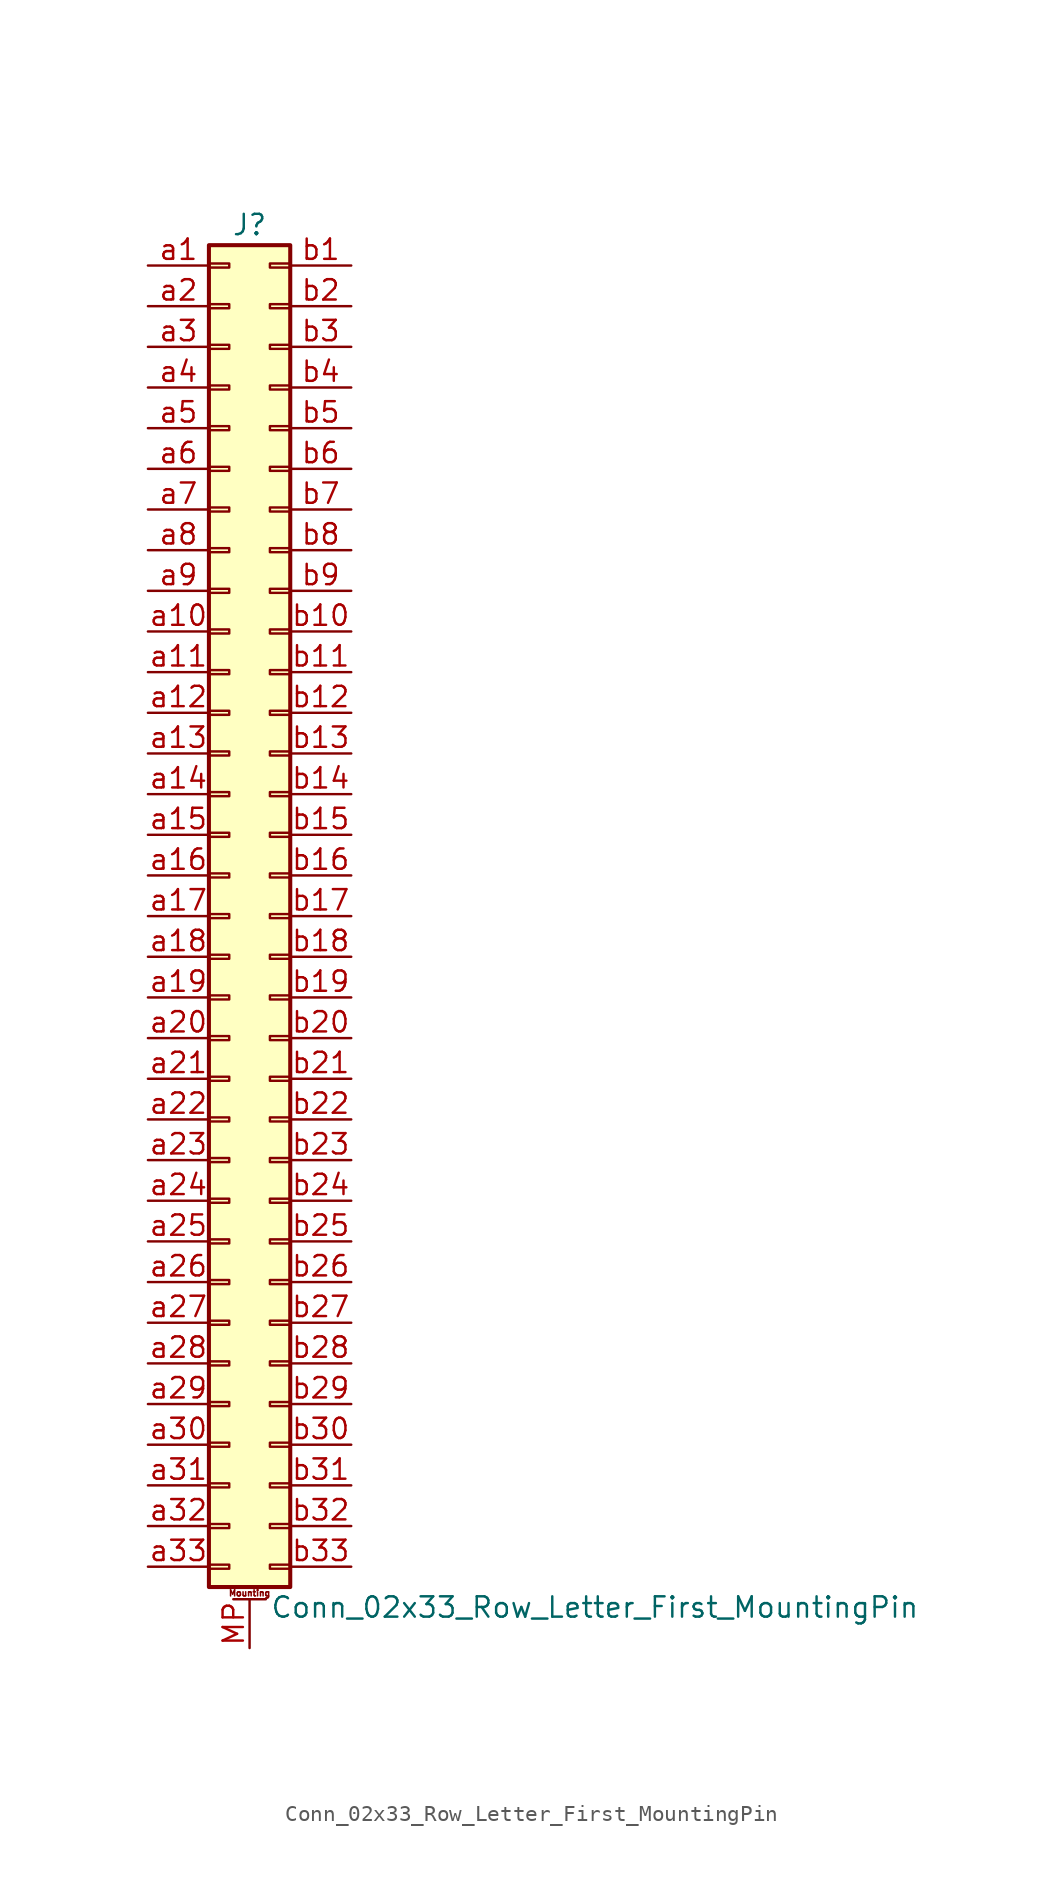
<source format=kicad_sym>
(kicad_symbol_lib
  (version 20201005)
  (generator kicad_symbol_editor)
  (symbol "Conn_02x33_Row_Letter_First_MountingPin"
    (pin_names
      (offset 1.016) hide)
    (property "Reference" "J"
      (at 1.27 43.18 0)
      (effects (font (size 1.27 1.27))))
    (property "Value" "Conn_02x33_Row_Letter_First_MountingPin"
      (at 2.54 -43.18 0)
      (effects (font (size 1.27 1.27)) (justify left)))
    (symbol "Conn_02x33_Row_Letter_First_MountingPin_1_1"
      (text "Mounting" (at 1.27 -42.291 0) (effects (font (size 0.381 0.381))))
      (rectangle (start -1.27 -40.513) (end 0 -40.767) (stroke (width 0.152)) (fill (type none)))
      (rectangle (start -1.27 -37.973) (end 0 -38.227) (stroke (width 0.152)) (fill (type none)))
      (rectangle (start -1.27 -35.433) (end 0 -35.687) (stroke (width 0.152)) (fill (type none)))
      (rectangle (start -1.27 -32.893) (end 0 -33.147) (stroke (width 0.152)) (fill (type none)))
      (rectangle (start -1.27 -30.353) (end 0 -30.607) (stroke (width 0.152)) (fill (type none)))
      (rectangle (start -1.27 -27.813) (end 0 -28.067) (stroke (width 0.152)) (fill (type none)))
      (rectangle (start -1.27 -25.273) (end 0 -25.527) (stroke (width 0.152)) (fill (type none)))
      (rectangle (start -1.27 -22.733) (end 0 -22.987) (stroke (width 0.152)) (fill (type none)))
      (rectangle (start -1.27 -20.193) (end 0 -20.447) (stroke (width 0.152)) (fill (type none)))
      (rectangle (start -1.27 -17.653) (end 0 -17.907) (stroke (width 0.152)) (fill (type none)))
      (rectangle (start -1.27 -15.113) (end 0 -15.367) (stroke (width 0.152)) (fill (type none)))
      (rectangle (start -1.27 -12.573) (end 0 -12.827) (stroke (width 0.152)) (fill (type none)))
      (rectangle (start -1.27 -10.033) (end 0 -10.287) (stroke (width 0.152)) (fill (type none)))
      (rectangle (start -1.27 -7.493) (end 0 -7.747) (stroke (width 0.152)) (fill (type none)))
      (rectangle (start -1.27 -4.953) (end 0 -5.207) (stroke (width 0.152)) (fill (type none)))
      (rectangle (start -1.27 -2.413) (end 0 -2.667) (stroke (width 0.152)) (fill (type none)))
      (rectangle (start -1.27 0.127) (end 0 -0.127) (stroke (width 0.152)) (fill (type none)))
      (rectangle (start -1.27 2.667) (end 0 2.413) (stroke (width 0.152)) (fill (type none)))
      (rectangle (start -1.27 5.207) (end 0 4.953) (stroke (width 0.152)) (fill (type none)))
      (rectangle (start -1.27 7.747) (end 0 7.493) (stroke (width 0.152)) (fill (type none)))
      (rectangle (start -1.27 10.287) (end 0 10.033) (stroke (width 0.152)) (fill (type none)))
      (rectangle (start -1.27 12.827) (end 0 12.573) (stroke (width 0.152)) (fill (type none)))
      (rectangle (start -1.27 15.367) (end 0 15.113) (stroke (width 0.152)) (fill (type none)))
      (rectangle (start -1.27 17.907) (end 0 17.653) (stroke (width 0.152)) (fill (type none)))
      (rectangle (start -1.27 20.447) (end 0 20.193) (stroke (width 0.152)) (fill (type none)))
      (rectangle (start -1.27 22.987) (end 0 22.733) (stroke (width 0.152)) (fill (type none)))
      (rectangle (start -1.27 25.527) (end 0 25.273) (stroke (width 0.152)) (fill (type none)))
      (rectangle (start -1.27 28.067) (end 0 27.813) (stroke (width 0.152)) (fill (type none)))
      (rectangle (start -1.27 30.607) (end 0 30.353) (stroke (width 0.152)) (fill (type none)))
      (rectangle (start -1.27 33.147) (end 0 32.893) (stroke (width 0.152)) (fill (type none)))
      (rectangle (start -1.27 35.687) (end 0 35.433) (stroke (width 0.152)) (fill (type none)))
      (rectangle (start -1.27 38.227) (end 0 37.973) (stroke (width 0.152)) (fill (type none)))
      (rectangle (start -1.27 40.767) (end 0 40.513) (stroke (width 0.152)) (fill (type none)))
      (rectangle (start 3.81 -40.513) (end 2.54 -40.767) (stroke (width 0.152)) (fill (type none)))
      (rectangle (start 3.81 -37.973) (end 2.54 -38.227) (stroke (width 0.152)) (fill (type none)))
      (rectangle (start 3.81 -35.433) (end 2.54 -35.687) (stroke (width 0.152)) (fill (type none)))
      (rectangle (start 3.81 -32.893) (end 2.54 -33.147) (stroke (width 0.152)) (fill (type none)))
      (rectangle (start 3.81 -30.353) (end 2.54 -30.607) (stroke (width 0.152)) (fill (type none)))
      (rectangle (start 3.81 -27.813) (end 2.54 -28.067) (stroke (width 0.152)) (fill (type none)))
      (rectangle (start 3.81 -25.273) (end 2.54 -25.527) (stroke (width 0.152)) (fill (type none)))
      (rectangle (start 3.81 -22.733) (end 2.54 -22.987) (stroke (width 0.152)) (fill (type none)))
      (rectangle (start 3.81 -20.193) (end 2.54 -20.447) (stroke (width 0.152)) (fill (type none)))
      (rectangle (start 3.81 -17.653) (end 2.54 -17.907) (stroke (width 0.152)) (fill (type none)))
      (rectangle (start 3.81 -15.113) (end 2.54 -15.367) (stroke (width 0.152)) (fill (type none)))
      (rectangle (start 3.81 -12.573) (end 2.54 -12.827) (stroke (width 0.152)) (fill (type none)))
      (rectangle (start 3.81 -10.033) (end 2.54 -10.287) (stroke (width 0.152)) (fill (type none)))
      (rectangle (start 3.81 -7.493) (end 2.54 -7.747) (stroke (width 0.152)) (fill (type none)))
      (rectangle (start 3.81 -4.953) (end 2.54 -5.207) (stroke (width 0.152)) (fill (type none)))
      (rectangle (start 3.81 -2.413) (end 2.54 -2.667) (stroke (width 0.152)) (fill (type none)))
      (rectangle (start 3.81 0.127) (end 2.54 -0.127) (stroke (width 0.152)) (fill (type none)))
      (rectangle (start 3.81 2.667) (end 2.54 2.413) (stroke (width 0.152)) (fill (type none)))
      (rectangle (start 3.81 5.207) (end 2.54 4.953) (stroke (width 0.152)) (fill (type none)))
      (rectangle (start 3.81 7.747) (end 2.54 7.493) (stroke (width 0.152)) (fill (type none)))
      (rectangle (start 3.81 10.287) (end 2.54 10.033) (stroke (width 0.152)) (fill (type none)))
      (rectangle (start 3.81 12.827) (end 2.54 12.573) (stroke (width 0.152)) (fill (type none)))
      (rectangle (start 3.81 15.367) (end 2.54 15.113) (stroke (width 0.152)) (fill (type none)))
      (rectangle (start 3.81 17.907) (end 2.54 17.653) (stroke (width 0.152)) (fill (type none)))
      (rectangle (start 3.81 20.447) (end 2.54 20.193) (stroke (width 0.152)) (fill (type none)))
      (rectangle (start 3.81 22.987) (end 2.54 22.733) (stroke (width 0.152)) (fill (type none)))
      (rectangle (start 3.81 25.527) (end 2.54 25.273) (stroke (width 0.152)) (fill (type none)))
      (rectangle (start 3.81 28.067) (end 2.54 27.813) (stroke (width 0.152)) (fill (type none)))
      (rectangle (start 3.81 30.607) (end 2.54 30.353) (stroke (width 0.152)) (fill (type none)))
      (rectangle (start 3.81 33.147) (end 2.54 32.893) (stroke (width 0.152)) (fill (type none)))
      (rectangle (start 3.81 35.687) (end 2.54 35.433) (stroke (width 0.152)) (fill (type none)))
      (rectangle (start 3.81 38.227) (end 2.54 37.973) (stroke (width 0.152)) (fill (type none)))
      (rectangle (start 3.81 40.767) (end 2.54 40.513) (stroke (width 0.152)) (fill (type none)))
      (rectangle (start -1.27 41.91) (end 3.81 -41.91) (stroke (width 0.254)) (fill (type background)))
      (polyline (pts (xy 0.254 -42.672) (xy 2.286 -42.672)) (stroke (width 0.152)) (fill (type none)))
      (pin passive line (at 1.27 -45.72 90) (length 3.048) (name "MountPin" (effects (font (size 1.27 1.27)))) (number "MP" (effects (font (size 1.27 1.27)))))
      (pin passive line (at -5.08 40.64 0) (length 3.81) (name "Pin_a1" (effects (font (size 1.27 1.27)))) (number "a1" (effects (font (size 1.27 1.27)))))
      (pin passive line (at -5.08 17.78 0) (length 3.81) (name "Pin_a10" (effects (font (size 1.27 1.27)))) (number "a10" (effects (font (size 1.27 1.27)))))
      (pin passive line (at -5.08 15.24 0) (length 3.81) (name "Pin_a11" (effects (font (size 1.27 1.27)))) (number "a11" (effects (font (size 1.27 1.27)))))
      (pin passive line (at -5.08 12.7 0) (length 3.81) (name "Pin_a12" (effects (font (size 1.27 1.27)))) (number "a12" (effects (font (size 1.27 1.27)))))
      (pin passive line (at -5.08 10.16 0) (length 3.81) (name "Pin_a13" (effects (font (size 1.27 1.27)))) (number "a13" (effects (font (size 1.27 1.27)))))
      (pin passive line (at -5.08 7.62 0) (length 3.81) (name "Pin_a14" (effects (font (size 1.27 1.27)))) (number "a14" (effects (font (size 1.27 1.27)))))
      (pin passive line (at -5.08 5.08 0) (length 3.81) (name "Pin_a15" (effects (font (size 1.27 1.27)))) (number "a15" (effects (font (size 1.27 1.27)))))
      (pin passive line (at -5.08 2.54 0) (length 3.81) (name "Pin_a16" (effects (font (size 1.27 1.27)))) (number "a16" (effects (font (size 1.27 1.27)))))
      (pin passive line (at -5.08 0 0) (length 3.81) (name "Pin_a17" (effects (font (size 1.27 1.27)))) (number "a17" (effects (font (size 1.27 1.27)))))
      (pin passive line (at -5.08 -2.54 0) (length 3.81) (name "Pin_a18" (effects (font (size 1.27 1.27)))) (number "a18" (effects (font (size 1.27 1.27)))))
      (pin passive line (at -5.08 -5.08 0) (length 3.81) (name "Pin_a19" (effects (font (size 1.27 1.27)))) (number "a19" (effects (font (size 1.27 1.27)))))
      (pin passive line (at -5.08 38.1 0) (length 3.81) (name "Pin_a2" (effects (font (size 1.27 1.27)))) (number "a2" (effects (font (size 1.27 1.27)))))
      (pin passive line (at -5.08 -7.62 0) (length 3.81) (name "Pin_a20" (effects (font (size 1.27 1.27)))) (number "a20" (effects (font (size 1.27 1.27)))))
      (pin passive line (at -5.08 -10.16 0) (length 3.81) (name "Pin_a21" (effects (font (size 1.27 1.27)))) (number "a21" (effects (font (size 1.27 1.27)))))
      (pin passive line (at -5.08 -12.7 0) (length 3.81) (name "Pin_a22" (effects (font (size 1.27 1.27)))) (number "a22" (effects (font (size 1.27 1.27)))))
      (pin passive line (at -5.08 -15.24 0) (length 3.81) (name "Pin_a23" (effects (font (size 1.27 1.27)))) (number "a23" (effects (font (size 1.27 1.27)))))
      (pin passive line (at -5.08 -17.78 0) (length 3.81) (name "Pin_a24" (effects (font (size 1.27 1.27)))) (number "a24" (effects (font (size 1.27 1.27)))))
      (pin passive line (at -5.08 -20.32 0) (length 3.81) (name "Pin_a25" (effects (font (size 1.27 1.27)))) (number "a25" (effects (font (size 1.27 1.27)))))
      (pin passive line (at -5.08 -22.86 0) (length 3.81) (name "Pin_a26" (effects (font (size 1.27 1.27)))) (number "a26" (effects (font (size 1.27 1.27)))))
      (pin passive line (at -5.08 -25.4 0) (length 3.81) (name "Pin_a27" (effects (font (size 1.27 1.27)))) (number "a27" (effects (font (size 1.27 1.27)))))
      (pin passive line (at -5.08 -27.94 0) (length 3.81) (name "Pin_a28" (effects (font (size 1.27 1.27)))) (number "a28" (effects (font (size 1.27 1.27)))))
      (pin passive line (at -5.08 -30.48 0) (length 3.81) (name "Pin_a29" (effects (font (size 1.27 1.27)))) (number "a29" (effects (font (size 1.27 1.27)))))
      (pin passive line (at -5.08 35.56 0) (length 3.81) (name "Pin_a3" (effects (font (size 1.27 1.27)))) (number "a3" (effects (font (size 1.27 1.27)))))
      (pin passive line (at -5.08 -33.02 0) (length 3.81) (name "Pin_a30" (effects (font (size 1.27 1.27)))) (number "a30" (effects (font (size 1.27 1.27)))))
      (pin passive line (at -5.08 -35.56 0) (length 3.81) (name "Pin_a31" (effects (font (size 1.27 1.27)))) (number "a31" (effects (font (size 1.27 1.27)))))
      (pin passive line (at -5.08 -38.1 0) (length 3.81) (name "Pin_a32" (effects (font (size 1.27 1.27)))) (number "a32" (effects (font (size 1.27 1.27)))))
      (pin passive line (at -5.08 -40.64 0) (length 3.81) (name "Pin_a33" (effects (font (size 1.27 1.27)))) (number "a33" (effects (font (size 1.27 1.27)))))
      (pin passive line (at -5.08 33.02 0) (length 3.81) (name "Pin_a4" (effects (font (size 1.27 1.27)))) (number "a4" (effects (font (size 1.27 1.27)))))
      (pin passive line (at -5.08 30.48 0) (length 3.81) (name "Pin_a5" (effects (font (size 1.27 1.27)))) (number "a5" (effects (font (size 1.27 1.27)))))
      (pin passive line (at -5.08 27.94 0) (length 3.81) (name "Pin_a6" (effects (font (size 1.27 1.27)))) (number "a6" (effects (font (size 1.27 1.27)))))
      (pin passive line (at -5.08 25.4 0) (length 3.81) (name "Pin_a7" (effects (font (size 1.27 1.27)))) (number "a7" (effects (font (size 1.27 1.27)))))
      (pin passive line (at -5.08 22.86 0) (length 3.81) (name "Pin_a8" (effects (font (size 1.27 1.27)))) (number "a8" (effects (font (size 1.27 1.27)))))
      (pin passive line (at -5.08 20.32 0) (length 3.81) (name "Pin_a9" (effects (font (size 1.27 1.27)))) (number "a9" (effects (font (size 1.27 1.27)))))
      (pin passive line (at 7.62 40.64 180) (length 3.81) (name "Pin_b1" (effects (font (size 1.27 1.27)))) (number "b1" (effects (font (size 1.27 1.27)))))
      (pin passive line (at 7.62 17.78 180) (length 3.81) (name "Pin_b10" (effects (font (size 1.27 1.27)))) (number "b10" (effects (font (size 1.27 1.27)))))
      (pin passive line (at 7.62 15.24 180) (length 3.81) (name "Pin_b11" (effects (font (size 1.27 1.27)))) (number "b11" (effects (font (size 1.27 1.27)))))
      (pin passive line (at 7.62 12.7 180) (length 3.81) (name "Pin_b12" (effects (font (size 1.27 1.27)))) (number "b12" (effects (font (size 1.27 1.27)))))
      (pin passive line (at 7.62 10.16 180) (length 3.81) (name "Pin_b13" (effects (font (size 1.27 1.27)))) (number "b13" (effects (font (size 1.27 1.27)))))
      (pin passive line (at 7.62 7.62 180) (length 3.81) (name "Pin_b14" (effects (font (size 1.27 1.27)))) (number "b14" (effects (font (size 1.27 1.27)))))
      (pin passive line (at 7.62 5.08 180) (length 3.81) (name "Pin_b15" (effects (font (size 1.27 1.27)))) (number "b15" (effects (font (size 1.27 1.27)))))
      (pin passive line (at 7.62 2.54 180) (length 3.81) (name "Pin_b16" (effects (font (size 1.27 1.27)))) (number "b16" (effects (font (size 1.27 1.27)))))
      (pin passive line (at 7.62 0 180) (length 3.81) (name "Pin_b17" (effects (font (size 1.27 1.27)))) (number "b17" (effects (font (size 1.27 1.27)))))
      (pin passive line (at 7.62 -2.54 180) (length 3.81) (name "Pin_b18" (effects (font (size 1.27 1.27)))) (number "b18" (effects (font (size 1.27 1.27)))))
      (pin passive line (at 7.62 -5.08 180) (length 3.81) (name "Pin_b19" (effects (font (size 1.27 1.27)))) (number "b19" (effects (font (size 1.27 1.27)))))
      (pin passive line (at 7.62 38.1 180) (length 3.81) (name "Pin_b2" (effects (font (size 1.27 1.27)))) (number "b2" (effects (font (size 1.27 1.27)))))
      (pin passive line (at 7.62 -7.62 180) (length 3.81) (name "Pin_b20" (effects (font (size 1.27 1.27)))) (number "b20" (effects (font (size 1.27 1.27)))))
      (pin passive line (at 7.62 -10.16 180) (length 3.81) (name "Pin_b21" (effects (font (size 1.27 1.27)))) (number "b21" (effects (font (size 1.27 1.27)))))
      (pin passive line (at 7.62 -12.7 180) (length 3.81) (name "Pin_b22" (effects (font (size 1.27 1.27)))) (number "b22" (effects (font (size 1.27 1.27)))))
      (pin passive line (at 7.62 -15.24 180) (length 3.81) (name "Pin_b23" (effects (font (size 1.27 1.27)))) (number "b23" (effects (font (size 1.27 1.27)))))
      (pin passive line (at 7.62 -17.78 180) (length 3.81) (name "Pin_b24" (effects (font (size 1.27 1.27)))) (number "b24" (effects (font (size 1.27 1.27)))))
      (pin passive line (at 7.62 -20.32 180) (length 3.81) (name "Pin_b25" (effects (font (size 1.27 1.27)))) (number "b25" (effects (font (size 1.27 1.27)))))
      (pin passive line (at 7.62 -22.86 180) (length 3.81) (name "Pin_b26" (effects (font (size 1.27 1.27)))) (number "b26" (effects (font (size 1.27 1.27)))))
      (pin passive line (at 7.62 -25.4 180) (length 3.81) (name "Pin_b27" (effects (font (size 1.27 1.27)))) (number "b27" (effects (font (size 1.27 1.27)))))
      (pin passive line (at 7.62 -27.94 180) (length 3.81) (name "Pin_b28" (effects (font (size 1.27 1.27)))) (number "b28" (effects (font (size 1.27 1.27)))))
      (pin passive line (at 7.62 -30.48 180) (length 3.81) (name "Pin_b29" (effects (font (size 1.27 1.27)))) (number "b29" (effects (font (size 1.27 1.27)))))
      (pin passive line (at 7.62 35.56 180) (length 3.81) (name "Pin_b3" (effects (font (size 1.27 1.27)))) (number "b3" (effects (font (size 1.27 1.27)))))
      (pin passive line (at 7.62 -33.02 180) (length 3.81) (name "Pin_b30" (effects (font (size 1.27 1.27)))) (number "b30" (effects (font (size 1.27 1.27)))))
      (pin passive line (at 7.62 -35.56 180) (length 3.81) (name "Pin_b31" (effects (font (size 1.27 1.27)))) (number "b31" (effects (font (size 1.27 1.27)))))
      (pin passive line (at 7.62 -38.1 180) (length 3.81) (name "Pin_b32" (effects (font (size 1.27 1.27)))) (number "b32" (effects (font (size 1.27 1.27)))))
      (pin passive line (at 7.62 -40.64 180) (length 3.81) (name "Pin_b33" (effects (font (size 1.27 1.27)))) (number "b33" (effects (font (size 1.27 1.27)))))
      (pin passive line (at 7.62 33.02 180) (length 3.81) (name "Pin_b4" (effects (font (size 1.27 1.27)))) (number "b4" (effects (font (size 1.27 1.27)))))
      (pin passive line (at 7.62 30.48 180) (length 3.81) (name "Pin_b5" (effects (font (size 1.27 1.27)))) (number "b5" (effects (font (size 1.27 1.27)))))
      (pin passive line (at 7.62 27.94 180) (length 3.81) (name "Pin_b6" (effects (font (size 1.27 1.27)))) (number "b6" (effects (font (size 1.27 1.27)))))
      (pin passive line (at 7.62 25.4 180) (length 3.81) (name "Pin_b7" (effects (font (size 1.27 1.27)))) (number "b7" (effects (font (size 1.27 1.27)))))
      (pin passive line (at 7.62 22.86 180) (length 3.81) (name "Pin_b8" (effects (font (size 1.27 1.27)))) (number "b8" (effects (font (size 1.27 1.27)))))
      (pin passive line (at 7.62 20.32 180) (length 3.81) (name "Pin_b9" (effects (font (size 1.27 1.27)))) (number "b9" (effects (font (size 1.27 1.27))))))))
</source>
